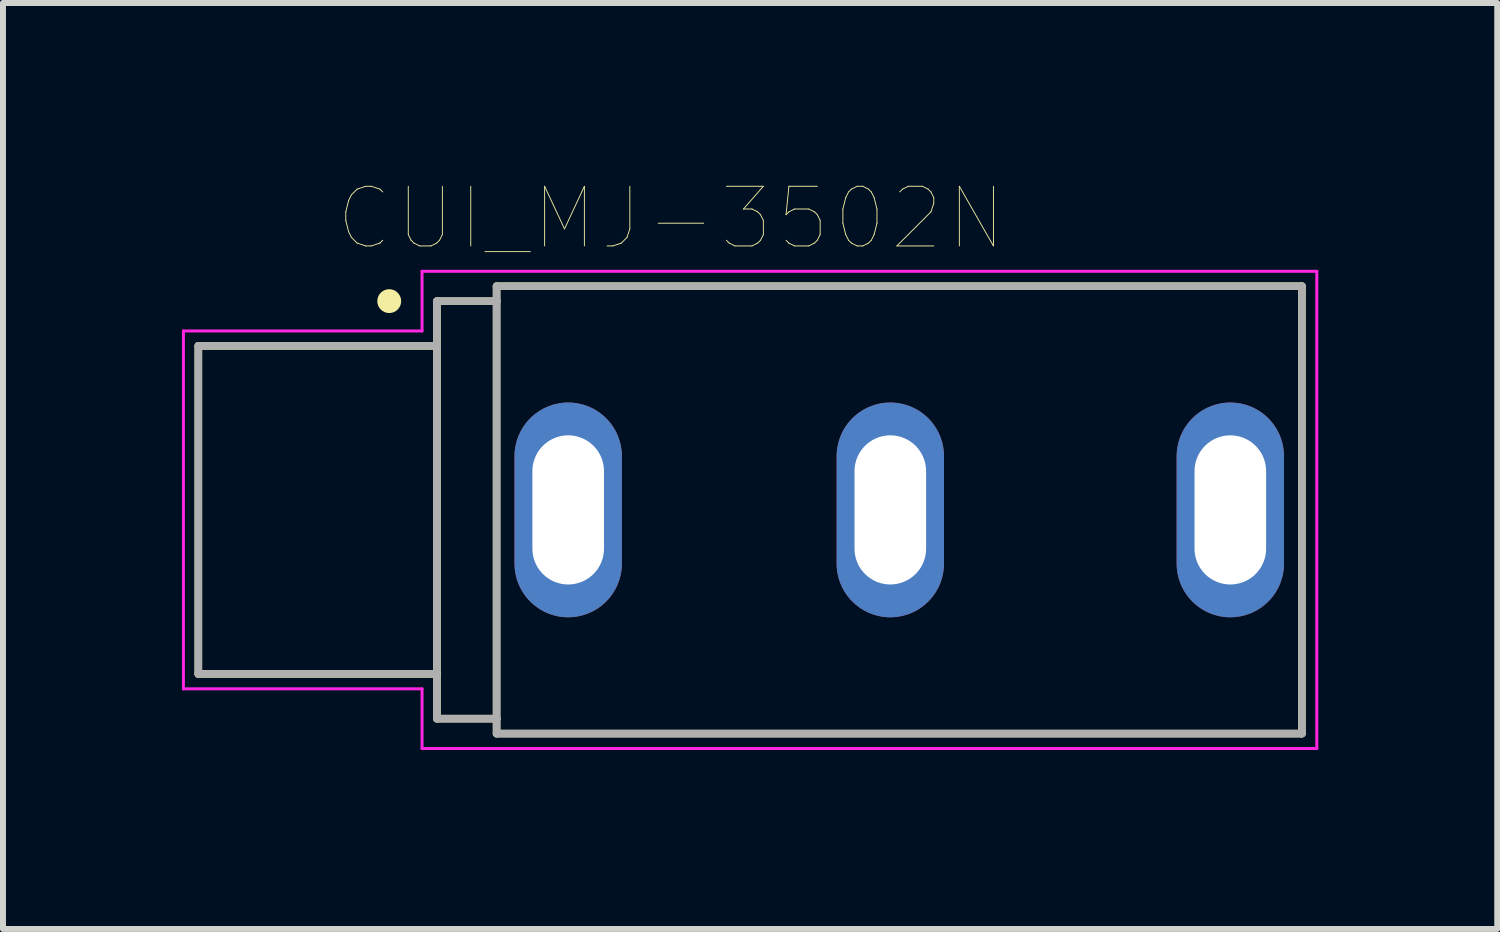
<source format=kicad_pcb>
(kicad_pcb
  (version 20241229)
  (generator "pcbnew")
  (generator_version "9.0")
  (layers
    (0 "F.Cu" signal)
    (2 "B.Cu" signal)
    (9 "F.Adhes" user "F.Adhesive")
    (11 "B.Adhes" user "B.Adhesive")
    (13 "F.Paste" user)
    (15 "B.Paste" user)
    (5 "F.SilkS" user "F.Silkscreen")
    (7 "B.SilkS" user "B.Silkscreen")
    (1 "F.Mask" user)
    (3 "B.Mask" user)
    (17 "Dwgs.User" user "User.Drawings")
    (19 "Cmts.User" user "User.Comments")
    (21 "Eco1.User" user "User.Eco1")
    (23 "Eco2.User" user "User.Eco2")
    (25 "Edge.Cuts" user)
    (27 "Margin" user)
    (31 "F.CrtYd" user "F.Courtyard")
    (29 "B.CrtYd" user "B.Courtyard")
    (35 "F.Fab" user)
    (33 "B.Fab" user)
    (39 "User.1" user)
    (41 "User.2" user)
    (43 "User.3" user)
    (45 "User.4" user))
  (footprint "CUI_MJ-3502N"
    (layer "F.Cu")
    (at 12.025 5.498)
    (property "Reference" "CUI_MJ-3502N" (at -3.826 -4.887 0) (layer "F.SilkS") (effects (font (size 1 1) (thickness 0.015))))
    (attr through_hole)
    (fp_line (start -11.75 -2.75) (end -11.75 2.75) (stroke (width 0.127) (type solid)) (layer "F.SilkS"))
    (fp_line (start -11.75 2.75) (end -7.75 2.75) (stroke (width 0.127) (type solid)) (layer "F.SilkS"))
    (fp_line (start -7.75 -3.5) (end -7.75 -2.75) (stroke (width 0.127) (type solid)) (layer "F.SilkS"))
    (fp_line (start -7.75 -2.75) (end -11.75 -2.75) (stroke (width 0.127) (type solid)) (layer "F.SilkS"))
    (fp_line (start -7.75 -2.75) (end -7.75 2.75) (stroke (width 0.127) (type solid)) (layer "F.SilkS"))
    (fp_line (start -7.75 2.75) (end -7.75 3.5) (stroke (width 0.127) (type solid)) (layer "F.SilkS"))
    (fp_line (start -7.75 3.5) (end -6.75 3.5) (stroke (width 0.127) (type solid)) (layer "F.SilkS"))
    (fp_line (start -6.75 -3.75) (end 6.75 -3.75) (stroke (width 0.127) (type solid)) (layer "F.SilkS"))
    (fp_line (start -6.75 -3.5) (end -7.75 -3.5) (stroke (width 0.127) (type solid)) (layer "F.SilkS"))
    (fp_line (start -6.75 -3.5) (end -6.75 -3.75) (stroke (width 0.127) (type solid)) (layer "F.SilkS"))
    (fp_line (start -6.75 3.5) (end -6.75 -3.5) (stroke (width 0.127) (type solid)) (layer "F.SilkS"))
    (fp_line (start -6.75 3.75) (end -6.75 3.5) (stroke (width 0.127) (type solid)) (layer "F.SilkS"))
    (fp_line (start 6.75 -3.75) (end 6.75 3.75) (stroke (width 0.127) (type solid)) (layer "F.SilkS"))
    (fp_line (start 6.75 3.75) (end -6.75 3.75) (stroke (width 0.127) (type solid)) (layer "F.SilkS"))
    (fp_circle (center -8.55 -3.5) (end -8.45 -3.5) (stroke (width 0.2) (type solid)) (fill no) (layer "F.SilkS"))
    (fp_line (start -12 -3) (end -8 -3) (stroke (width 0.05) (type solid)) (layer "F.CrtYd"))
    (fp_line (start -12 3) (end -12 -3) (stroke (width 0.05) (type solid)) (layer "F.CrtYd"))
    (fp_line (start -8 -4) (end 7 -4) (stroke (width 0.05) (type solid)) (layer "F.CrtYd"))
    (fp_line (start -8 -3) (end -8 -4) (stroke (width 0.05) (type solid)) (layer "F.CrtYd"))
    (fp_line (start -8 3) (end -12 3) (stroke (width 0.05) (type solid)) (layer "F.CrtYd"))
    (fp_line (start -8 4) (end -8 3) (stroke (width 0.05) (type solid)) (layer "F.CrtYd"))
    (fp_line (start 7 -4) (end 7 4) (stroke (width 0.05) (type solid)) (layer "F.CrtYd"))
    (fp_line (start 7 4) (end -8 4) (stroke (width 0.05) (type solid)) (layer "F.CrtYd"))
    (fp_line (start -11.75 -2.75) (end -11.75 2.75) (stroke (width 0.127) (type solid)) (layer "F.Fab"))
    (fp_line (start -11.75 2.75) (end -7.8 2.75) (stroke (width 0.127) (type solid)) (layer "F.Fab"))
    (fp_line (start -7.75 -3.5) (end -7.75 -2.75) (stroke (width 0.127) (type solid)) (layer "F.Fab"))
    (fp_line (start -7.75 -2.75) (end -11.75 -2.75) (stroke (width 0.127) (type solid)) (layer "F.Fab"))
    (fp_line (start -7.75 -2.75) (end -7.75 3.5) (stroke (width 0.127) (type solid)) (layer "F.Fab"))
    (fp_line (start -7.75 3.5) (end -6.75 3.5) (stroke (width 0.127) (type solid)) (layer "F.Fab"))
    (fp_line (start -6.75 -3.75) (end 6.75 -3.75) (stroke (width 0.127) (type solid)) (layer "F.Fab"))
    (fp_line (start -6.75 -3.5) (end -7.75 -3.5) (stroke (width 0.127) (type solid)) (layer "F.Fab"))
    (fp_line (start -6.75 -3.5) (end -6.75 -3.75) (stroke (width 0.127) (type solid)) (layer "F.Fab"))
    (fp_line (start -6.75 3.5) (end -6.75 -3.5) (stroke (width 0.127) (type solid)) (layer "F.Fab"))
    (fp_line (start -6.75 3.75) (end -6.75 3.5) (stroke (width 0.127) (type solid)) (layer "F.Fab"))
    (fp_line (start 6.75 -3.75) (end 6.75 3.75) (stroke (width 0.127) (type solid)) (layer "F.Fab"))
    (fp_line (start 6.75 3.75) (end -6.75 3.75) (stroke (width 0.127) (type solid)) (layer "F.Fab"))
    (pad "1" thru_hole oval (at -5.55 0) (size 1.8 3.6) (drill oval 1.2 2.5) (layers "*.Cu" "*.Mask"))
    (pad "2" thru_hole oval (at -0.15 0) (size 1.8 3.6) (drill oval 1.2 2.5) (layers "*.Cu" "*.Mask"))
    (pad "3" thru_hole oval (at 5.55 0) (size 1.8 3.6) (drill oval 1.2 2.5) (layers "*.Cu" "*.Mask")))
  (gr_rect
    (start -3 -3)
    (end 22.05 12.523)
    (stroke (width 0.1) (type default))
    (fill no)
    (layer "Edge.Cuts")))
</source>
